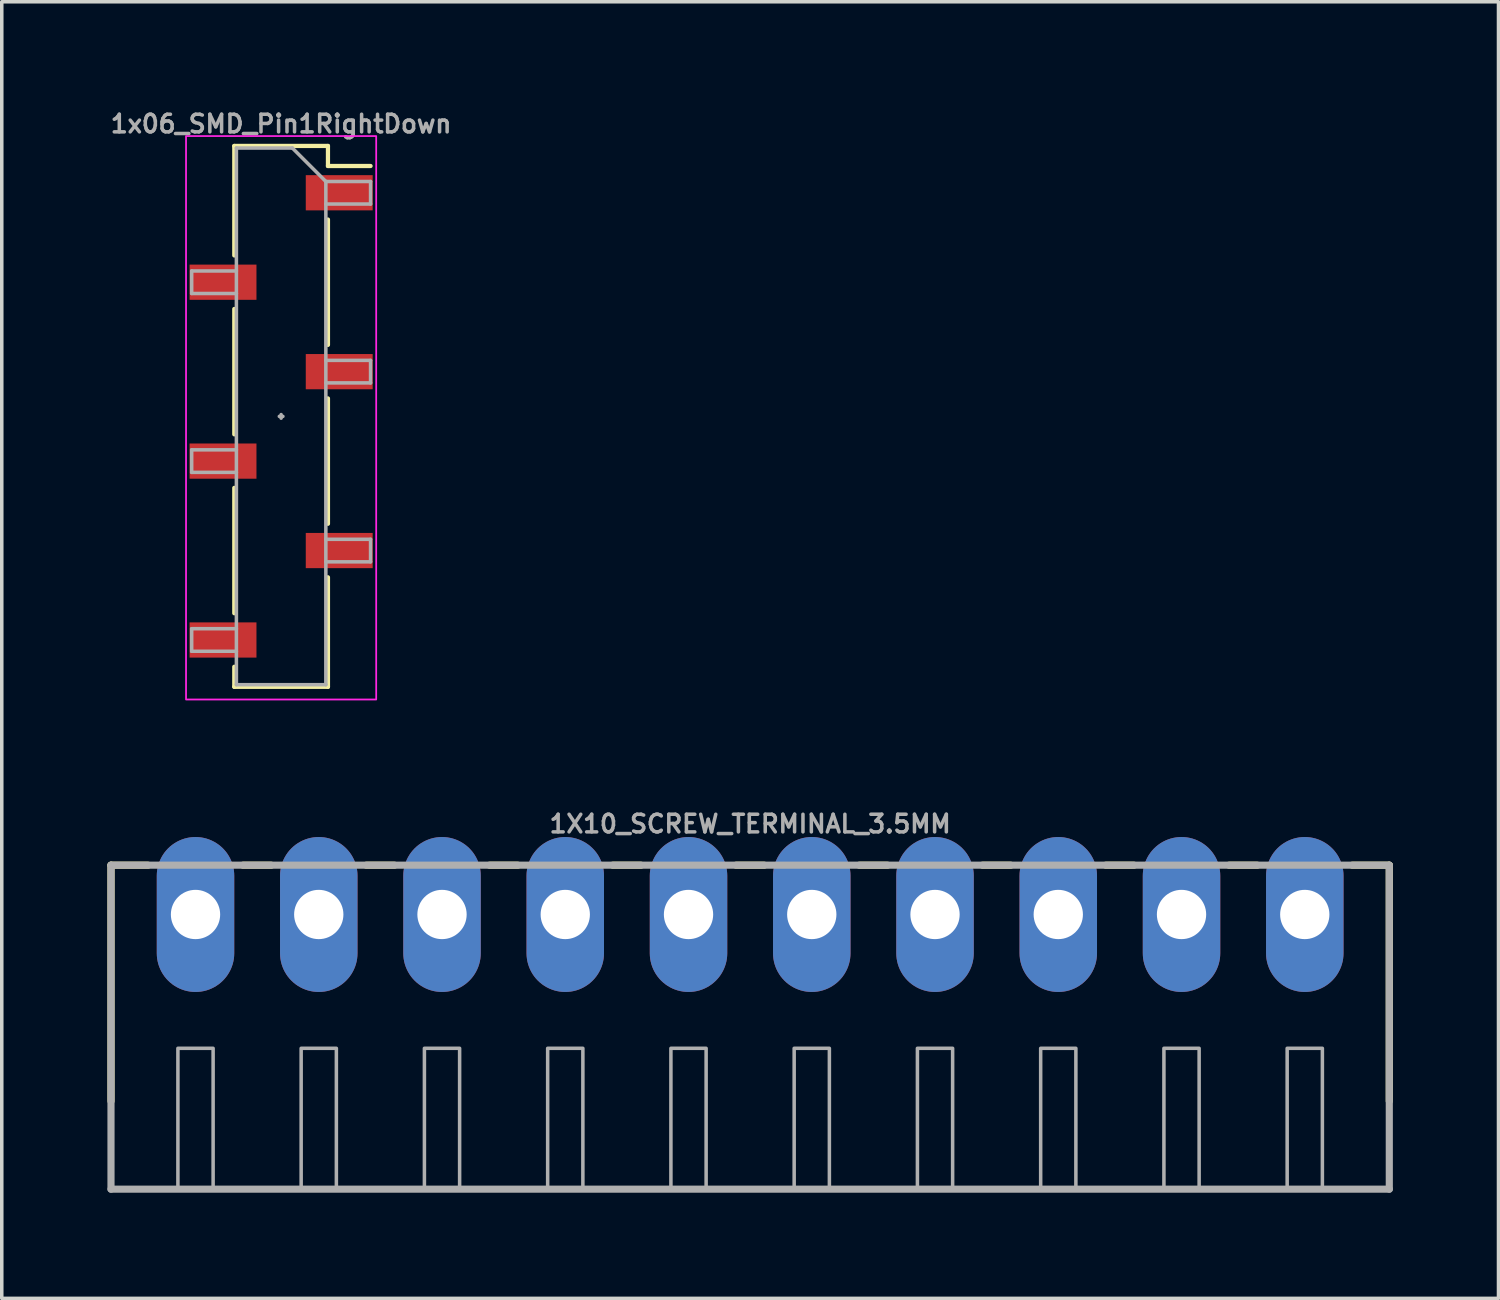
<source format=kicad_pcb>
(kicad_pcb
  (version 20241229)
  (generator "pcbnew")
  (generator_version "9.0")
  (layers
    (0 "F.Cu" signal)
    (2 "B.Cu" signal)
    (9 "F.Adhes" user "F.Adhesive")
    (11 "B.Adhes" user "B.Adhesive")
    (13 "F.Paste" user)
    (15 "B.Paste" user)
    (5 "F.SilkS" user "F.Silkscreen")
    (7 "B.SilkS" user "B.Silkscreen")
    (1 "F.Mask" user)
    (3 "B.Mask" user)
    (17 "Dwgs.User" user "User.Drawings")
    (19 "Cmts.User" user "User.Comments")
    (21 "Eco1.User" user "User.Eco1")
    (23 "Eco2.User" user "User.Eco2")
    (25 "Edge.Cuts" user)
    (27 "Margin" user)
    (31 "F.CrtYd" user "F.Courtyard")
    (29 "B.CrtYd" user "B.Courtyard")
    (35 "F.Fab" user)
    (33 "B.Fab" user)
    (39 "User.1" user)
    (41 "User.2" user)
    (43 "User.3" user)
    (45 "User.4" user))
  (footprint "1x06_SMD_Pin1RightDown"
    (layer "F.Cu")
    (at 4.933 8.774)
    (property "Reference" "1x06_SMD_Pin1RightDown" (at 0 -8.306 0) (layer "F.Fab") (effects (font (size 0.5 0.5) (thickness 0.1))))
    (attr smd)
    (fp_line (start -1.33 -7.68) (end -1.33 -4.57) (stroke (width 0.12) (type solid)) (layer "F.SilkS"))
    (fp_line (start -1.33 -7.68) (end 1.33 -7.68) (stroke (width 0.12) (type solid)) (layer "F.SilkS"))
    (fp_line (start -1.33 -3.05) (end -1.33 0.51) (stroke (width 0.12) (type solid)) (layer "F.SilkS"))
    (fp_line (start -1.33 2.03) (end -1.33 5.59) (stroke (width 0.12) (type solid)) (layer "F.SilkS"))
    (fp_line (start -1.33 7.11) (end -1.33 7.68) (stroke (width 0.12) (type solid)) (layer "F.SilkS"))
    (fp_line (start -1.33 7.68) (end 1.33 7.68) (stroke (width 0.12) (type solid)) (layer "F.SilkS"))
    (fp_line (start 1.33 -7.68) (end 1.33 -7.11) (stroke (width 0.12) (type solid)) (layer "F.SilkS"))
    (fp_line (start 1.33 -7.11) (end 2.54 -7.11) (stroke (width 0.12) (type solid)) (layer "F.SilkS"))
    (fp_line (start 1.33 -5.59) (end 1.33 -2.03) (stroke (width 0.12) (type solid)) (layer "F.SilkS"))
    (fp_line (start 1.33 -0.51) (end 1.33 3.05) (stroke (width 0.12) (type solid)) (layer "F.SilkS"))
    (fp_line (start 1.33 4.57) (end 1.33 7.68) (stroke (width 0.12) (type solid)) (layer "F.SilkS"))
    (fp_rect (start -2.7 -7.96) (end 2.7 8.04) (stroke (width 0.05) (type default)) (fill no) (layer "F.CrtYd"))
    (fp_line (start -2.54 -4.13) (end -2.54 -3.49) (stroke (width 0.1) (type solid)) (layer "F.Fab"))
    (fp_line (start -2.54 -3.49) (end -1.27 -3.49) (stroke (width 0.1) (type solid)) (layer "F.Fab"))
    (fp_line (start -2.54 0.95) (end -2.54 1.59) (stroke (width 0.1) (type solid)) (layer "F.Fab"))
    (fp_line (start -2.54 1.59) (end -1.27 1.59) (stroke (width 0.1) (type solid)) (layer "F.Fab"))
    (fp_line (start -2.54 6.03) (end -2.54 6.67) (stroke (width 0.1) (type solid)) (layer "F.Fab"))
    (fp_line (start -2.54 6.67) (end -1.27 6.67) (stroke (width 0.1) (type solid)) (layer "F.Fab"))
    (fp_line (start -1.27 -7.62) (end -1.27 7.62) (stroke (width 0.1) (type solid)) (layer "F.Fab"))
    (fp_line (start -1.27 -7.62) (end 0.32 -7.62) (stroke (width 0.1) (type solid)) (layer "F.Fab"))
    (fp_line (start -1.27 -4.13) (end -2.54 -4.13) (stroke (width 0.1) (type solid)) (layer "F.Fab"))
    (fp_line (start -1.27 0.95) (end -2.54 0.95) (stroke (width 0.1) (type solid)) (layer "F.Fab"))
    (fp_line (start -1.27 6.03) (end -2.54 6.03) (stroke (width 0.1) (type solid)) (layer "F.Fab"))
    (fp_line (start 0 -0.051) (end 0 0.051) (stroke (width 0.1) (type default)) (layer "F.Fab"))
    (fp_line (start 0.051 0) (end -0.051 0) (stroke (width 0.1) (type default)) (layer "F.Fab"))
    (fp_line (start 1.27 -6.67) (end 0.32 -7.62) (stroke (width 0.1) (type solid)) (layer "F.Fab"))
    (fp_line (start 1.27 -6.67) (end 2.54 -6.67) (stroke (width 0.1) (type solid)) (layer "F.Fab"))
    (fp_line (start 1.27 -1.59) (end 2.54 -1.59) (stroke (width 0.1) (type solid)) (layer "F.Fab"))
    (fp_line (start 1.27 3.49) (end 2.54 3.49) (stroke (width 0.1) (type solid)) (layer "F.Fab"))
    (fp_line (start 1.27 7.62) (end -1.27 7.62) (stroke (width 0.1) (type solid)) (layer "F.Fab"))
    (fp_line (start 1.27 7.62) (end 1.27 -6.67) (stroke (width 0.1) (type solid)) (layer "F.Fab"))
    (fp_line (start 2.54 -6.67) (end 2.54 -6.03) (stroke (width 0.1) (type solid)) (layer "F.Fab"))
    (fp_line (start 2.54 -6.03) (end 1.27 -6.03) (stroke (width 0.1) (type solid)) (layer "F.Fab"))
    (fp_line (start 2.54 -1.59) (end 2.54 -0.95) (stroke (width 0.1) (type solid)) (layer "F.Fab"))
    (fp_line (start 2.54 -0.95) (end 1.27 -0.95) (stroke (width 0.1) (type solid)) (layer "F.Fab"))
    (fp_line (start 2.54 3.49) (end 2.54 4.13) (stroke (width 0.1) (type solid)) (layer "F.Fab"))
    (fp_line (start 2.54 4.13) (end 1.27 4.13) (stroke (width 0.1) (type solid)) (layer "F.Fab"))
    (pad "1" smd rect (at 1.65 -6.35) (size 1.9 1) (layers "F.Cu" "F.Mask" "F.Paste"))
    (pad "2" smd rect (at -1.65 -3.81) (size 1.9 1) (layers "F.Cu" "F.Mask" "F.Paste"))
    (pad "3" smd rect (at 1.65 -1.27) (size 1.9 1) (layers "F.Cu" "F.Mask" "F.Paste"))
    (pad "4" smd rect (at -1.65 1.27) (size 1.9 1) (layers "F.Cu" "F.Mask" "F.Paste"))
    (pad "5" smd rect (at 1.65 3.81) (size 1.9 1) (layers "F.Cu" "F.Mask" "F.Paste"))
    (pad "6" smd rect (at -1.65 6.35) (size 1.9 1) (layers "F.Cu" "F.Mask" "F.Paste")))
  (footprint "1X10_SCREW_TERMINAL_3.5MM"
    (layer "F.Cu")
    (at 18.252 25.719)
    (property "Reference" "1X10_SCREW_TERMINAL_3.5MM" (at 0 -5.08 0) (layer "F.Fab") (effects (font (size 0.5 0.5) (thickness 0.1)) (justify bottom)))
    (fp_line (start -18.15 -4.2) (end -18.15 2.5) (stroke (width 0.203) (type solid)) (layer "F.SilkS"))
    (fp_line (start -17.1 -4.2) (end -18.15 -4.2) (stroke (width 0.203) (type solid)) (layer "F.SilkS"))
    (fp_line (start -13.6 -4.2) (end -14.4 -4.2) (stroke (width 0.203) (type solid)) (layer "F.SilkS"))
    (fp_line (start -10.1 -4.2) (end -10.9 -4.2) (stroke (width 0.203) (type solid)) (layer "F.SilkS"))
    (fp_line (start -6.6 -4.2) (end -7.4 -4.2) (stroke (width 0.203) (type solid)) (layer "F.SilkS"))
    (fp_line (start -3.1 -4.2) (end -3.9 -4.2) (stroke (width 0.203) (type solid)) (layer "F.SilkS"))
    (fp_line (start 0.4 -4.2) (end -0.4 -4.2) (stroke (width 0.203) (type solid)) (layer "F.SilkS"))
    (fp_line (start 3.9 -4.2) (end 3.1 -4.2) (stroke (width 0.203) (type solid)) (layer "F.SilkS"))
    (fp_line (start 7.4 -4.2) (end 6.6 -4.2) (stroke (width 0.203) (type solid)) (layer "F.SilkS"))
    (fp_line (start 10.9 -4.2) (end 10.1 -4.2) (stroke (width 0.203) (type solid)) (layer "F.SilkS"))
    (fp_line (start 14.4 -4.2) (end 13.6 -4.2) (stroke (width 0.203) (type solid)) (layer "F.SilkS"))
    (fp_line (start 18.15 -4.2) (end 17.1 -4.2) (stroke (width 0.203) (type solid)) (layer "F.SilkS"))
    (fp_line (start 18.15 2.5) (end 18.15 -4.2) (stroke (width 0.203) (type solid)) (layer "F.SilkS"))
    (fp_line (start -18.15 -4.2) (end -18.15 5) (stroke (width 0.203) (type solid)) (layer "F.Fab"))
    (fp_line (start -18.15 5) (end 18.15 5) (stroke (width 0.203) (type solid)) (layer "F.Fab"))
    (fp_line (start 18.15 -4.2) (end -18.15 -4.2) (stroke (width 0.203) (type solid)) (layer "F.Fab"))
    (fp_line (start 18.15 5) (end 18.15 -4.2) (stroke (width 0.203) (type solid)) (layer "F.Fab"))
    (fp_poly (pts (xy -16.25 5) (xy -15.25 5) (xy -15.25 1) (xy -16.25 1)) (stroke (width 0.1) (type default)) (fill no) (layer "F.Fab"))
    (fp_poly (pts (xy -12.75 5) (xy -11.75 5) (xy -11.75 1) (xy -12.75 1)) (stroke (width 0.1) (type default)) (fill no) (layer "F.Fab"))
    (fp_poly (pts (xy -9.25 5) (xy -8.25 5) (xy -8.25 1) (xy -9.25 1)) (stroke (width 0.1) (type default)) (fill no) (layer "F.Fab"))
    (fp_poly (pts (xy -5.75 5) (xy -4.75 5) (xy -4.75 1) (xy -5.75 1)) (stroke (width 0.1) (type default)) (fill no) (layer "F.Fab"))
    (fp_poly (pts (xy -2.25 5) (xy -1.25 5) (xy -1.25 1) (xy -2.25 1)) (stroke (width 0.1) (type default)) (fill no) (layer "F.Fab"))
    (fp_poly (pts (xy 1.25 5) (xy 2.25 5) (xy 2.25 1) (xy 1.25 1)) (stroke (width 0.1) (type default)) (fill no) (layer "F.Fab"))
    (fp_poly (pts (xy 4.75 5) (xy 5.75 5) (xy 5.75 1) (xy 4.75 1)) (stroke (width 0.1) (type default)) (fill no) (layer "F.Fab"))
    (fp_poly (pts (xy 8.25 5) (xy 9.25 5) (xy 9.25 1) (xy 8.25 1)) (stroke (width 0.1) (type default)) (fill no) (layer "F.Fab"))
    (fp_poly (pts (xy 11.75 5) (xy 12.75 5) (xy 12.75 1) (xy 11.75 1)) (stroke (width 0.1) (type default)) (fill no) (layer "F.Fab"))
    (fp_poly (pts (xy 15.25 5) (xy 16.25 5) (xy 16.25 1) (xy 15.25 1)) (stroke (width 0.1) (type default)) (fill no) (layer "F.Fab"))
    (pad "1" thru_hole oval (at -15.75 -2.8 90) (size 4.4 2.2) (drill 1.4) (layers "*.Cu" "*.Mask"))
    (pad "2" thru_hole oval (at -12.25 -2.8 90) (size 4.4 2.2) (drill 1.4) (layers "*.Cu" "*.Mask"))
    (pad "3" thru_hole oval (at -8.75 -2.8 90) (size 4.4 2.2) (drill 1.4) (layers "*.Cu" "*.Mask"))
    (pad "4" thru_hole oval (at -5.25 -2.8 90) (size 4.4 2.2) (drill 1.4) (layers "*.Cu" "*.Mask"))
    (pad "5" thru_hole oval (at -1.75 -2.8 90) (size 4.4 2.2) (drill 1.4) (layers "*.Cu" "*.Mask"))
    (pad "6" thru_hole oval (at 1.75 -2.8 90) (size 4.4 2.2) (drill 1.4) (layers "*.Cu" "*.Mask"))
    (pad "7" thru_hole oval (at 5.25 -2.8 90) (size 4.4 2.2) (drill 1.4) (layers "*.Cu" "*.Mask"))
    (pad "8" thru_hole oval (at 8.75 -2.8 90) (size 4.4 2.2) (drill 1.4) (layers "*.Cu" "*.Mask"))
    (pad "9" thru_hole oval (at 12.25 -2.8 90) (size 4.4 2.2) (drill 1.4) (layers "*.Cu" "*.Mask"))
    (pad "10" thru_hole oval (at 15.75 -2.8 90) (size 4.4 2.2) (drill 1.4) (layers "*.Cu" "*.Mask")))
  (gr_rect
    (start -3 -3)
    (end 39.503 33.82)
    (stroke (width 0.1) (type default))
    (fill no)
    (layer "Edge.Cuts")))
</source>
